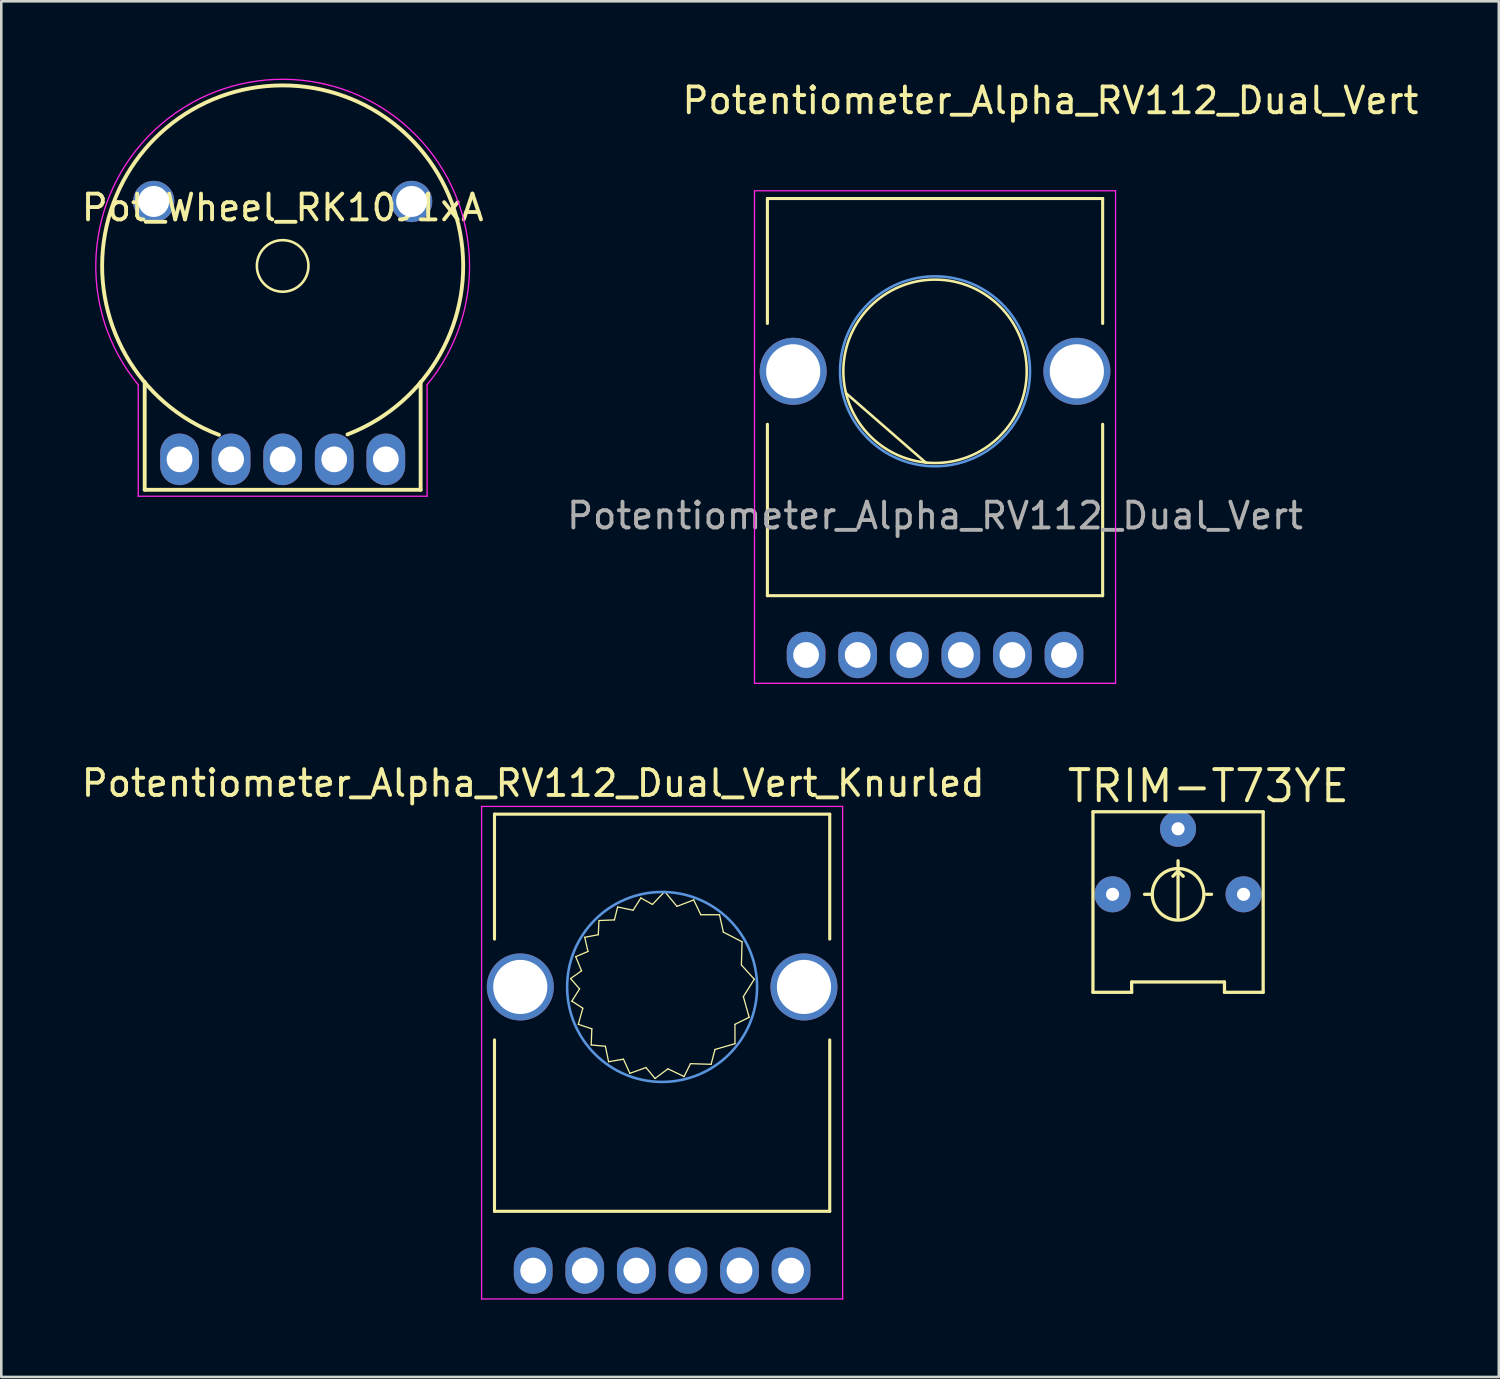
<source format=kicad_pcb>
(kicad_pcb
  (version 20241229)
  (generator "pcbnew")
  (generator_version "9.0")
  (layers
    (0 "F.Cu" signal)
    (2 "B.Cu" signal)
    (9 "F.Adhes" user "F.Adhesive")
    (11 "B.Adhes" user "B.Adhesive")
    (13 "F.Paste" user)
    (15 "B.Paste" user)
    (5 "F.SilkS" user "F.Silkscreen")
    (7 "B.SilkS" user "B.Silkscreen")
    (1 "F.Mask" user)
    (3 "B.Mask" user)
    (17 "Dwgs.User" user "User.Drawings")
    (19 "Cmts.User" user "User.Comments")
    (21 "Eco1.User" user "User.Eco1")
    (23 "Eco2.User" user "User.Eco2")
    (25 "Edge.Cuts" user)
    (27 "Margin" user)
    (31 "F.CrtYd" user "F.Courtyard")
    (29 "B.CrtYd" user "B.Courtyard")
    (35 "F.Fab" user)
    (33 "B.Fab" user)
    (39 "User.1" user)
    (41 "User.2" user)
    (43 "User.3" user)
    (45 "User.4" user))
  (footprint "Pot_Wheel_RK10J1xA"
    (layer "F.Cu")
    (at 7.911 7.262)
    (property "Reference" "Pot_Wheel_RK10J1xA" (at 0 -2.26 0) (layer "F.SilkS") (effects (font (size 1 1) (thickness 0.15))))
    (attr through_hole)
    (fp_line (start -5.35 8.68) (end -5.35 4.5) (stroke (width 0.15) (type solid)) (layer "F.SilkS"))
    (fp_line (start 5.35 4.5) (end 5.35 8.68) (stroke (width 0.15) (type solid)) (layer "F.SilkS"))
    (fp_line (start 5.35 8.68) (end -5.35 8.68) (stroke (width 0.15) (type solid)) (layer "F.SilkS"))
    (fp_arc (start -2.469999 6.549999) (mid -0.023041 -7.000204) (end 2.513063 6.533598) (stroke (width 0.15) (type solid)) (layer "F.SilkS"))
    (fp_circle (center 0 0) (end 1 0) (stroke (width 0.1) (type solid)) (fill no) (layer "F.SilkS"))
    (fp_line (start -5.6 8.93) (end -5.6 4.61) (stroke (width 0.05) (type solid)) (layer "F.CrtYd"))
    (fp_line (start 5.6 4.61) (end 5.6 8.93) (stroke (width 0.05) (type solid)) (layer "F.CrtYd"))
    (fp_line (start 5.6 8.93) (end -5.6 8.93) (stroke (width 0.05) (type solid)) (layer "F.CrtYd"))
    (fp_arc (start -5.599999 4.609999) (mid 0 -7.237067) (end 5.599999 4.609999) (stroke (width 0.05) (type solid)) (layer "F.CrtYd"))
    (pad "" thru_hole oval (at -5 -2.5) (size 1.6 1.6) (drill 1.2) (layers "*.Cu" "*.Mask"))
    (pad "" thru_hole oval (at 5 -2.5) (size 1.6 1.6) (drill 1.2) (layers "*.Cu" "*.Mask"))
    (pad "1" thru_hole oval (at -4 7.5) (size 1.5 2) (drill 1) (layers "*.Cu" "*.Mask"))
    (pad "2" thru_hole oval (at -2 7.5) (size 1.5 2) (drill 1) (layers "*.Cu" "*.Mask"))
    (pad "3" thru_hole oval (at 0 7.5) (size 1.5 2) (drill 1) (layers "*.Cu" "*.Mask"))
    (pad "4" thru_hole oval (at 2 7.5) (size 1.5 2) (drill 1) (layers "*.Cu" "*.Mask"))
    (pad "5" thru_hole oval (at 4 7.5) (size 1.5 2) (drill 1) (layers "*.Cu" "*.Mask")))
  (footprint "TRIM-T73YE"
    (layer "F.Cu")
    (at 42.632 31.629)
    (property "Reference" "TRIM-T73YE" (at -4.381 -3.493 0) (layer "F.SilkS") (effects (font (size 1.206 1.206) (thickness 0.152)) (justify left bottom)))
    (attr through_hole)
    (fp_line (start -3.3 -3.2) (end -3.3 3.8) (stroke (width 0.127) (type solid)) (layer "F.SilkS"))
    (fp_line (start -3.3 3.8) (end -1.8 3.8) (stroke (width 0.127) (type solid)) (layer "F.SilkS"))
    (fp_line (start -1.8 3.4) (end 1.8 3.4) (stroke (width 0.127) (type solid)) (layer "F.SilkS"))
    (fp_line (start -1.8 3.8) (end -1.8 3.4) (stroke (width 0.127) (type solid)) (layer "F.SilkS"))
    (fp_line (start -1 0) (end -1.3 0) (stroke (width 0.127) (type solid)) (layer "F.SilkS"))
    (fp_line (start 0 -1.1) (end 0 -1.3) (stroke (width 0.127) (type solid)) (layer "F.SilkS"))
    (fp_line (start 0 -0.9) (end -0.2 -0.7) (stroke (width 0.127) (type solid)) (layer "F.SilkS"))
    (fp_line (start 0 -0.9) (end 0.2 -0.7) (stroke (width 0.127) (type solid)) (layer "F.SilkS"))
    (fp_line (start 0 0.9) (end 0 -0.9) (stroke (width 0.127) (type solid)) (layer "F.SilkS"))
    (fp_line (start 1.1 0) (end 1.3 0) (stroke (width 0.127) (type solid)) (layer "F.SilkS"))
    (fp_line (start 1.8 3.4) (end 1.8 3.8) (stroke (width 0.127) (type solid)) (layer "F.SilkS"))
    (fp_line (start 1.8 3.8) (end 3.3 3.8) (stroke (width 0.127) (type solid)) (layer "F.SilkS"))
    (fp_line (start 3.3 -3.2) (end -3.3 -3.2) (stroke (width 0.127) (type solid)) (layer "F.SilkS"))
    (fp_line (start 3.3 3.8) (end 3.3 -3.2) (stroke (width 0.127) (type solid)) (layer "F.SilkS"))
    (fp_circle (center 0 0) (end 1 0) (stroke (width 0.127) (type solid)) (fill no) (layer "F.SilkS"))
    (pad "1" thru_hole circle (at -2.54 0) (size 1.397 1.397) (drill 0.508) (layers "*.Cu" "*.Mask"))
    (pad "2" thru_hole circle (at 0 -2.54) (size 1.397 1.397) (drill 0.508) (layers "*.Cu" "*.Mask"))
    (pad "3" thru_hole circle (at 2.54 0) (size 1.397 1.397) (drill 0.508) (layers "*.Cu" "*.Mask")))
  (footprint "Potentiometer_Alpha_RV112_Dual_Vert"
    (layer "F.Cu")
    (at 33.208 11.348)
    (property "Reference" "Potentiometer_Alpha_RV112_Dual_Vert" (at 4.475 -10.5 0) (layer "F.SilkS") (effects (font (size 1 1) (thickness 0.15))))
    (attr through_hole)
    (fp_line (start -6.5 -6.7) (end 6.5 -6.7) (stroke (width 0.12) (type solid)) (layer "F.SilkS"))
    (fp_line (start -6.5 -1.855) (end -6.5 -6.7) (stroke (width 0.12) (type solid)) (layer "F.SilkS"))
    (fp_line (start -6.5 8.7) (end -6.5 2.054) (stroke (width 0.12) (type solid)) (layer "F.SilkS"))
    (fp_line (start -6.5 8.7) (end 6.5 8.7) (stroke (width 0.12) (type solid)) (layer "F.SilkS"))
    (fp_line (start -3.45 0.85) (end -0.35 3.55) (stroke (width 0.1) (type solid)) (layer "F.SilkS"))
    (fp_line (start 6.5 -1.855) (end 6.5 -6.7) (stroke (width 0.12) (type solid)) (layer "F.SilkS"))
    (fp_line (start 6.5 8.7) (end 6.5 2.054) (stroke (width 0.12) (type solid)) (layer "F.SilkS"))
    (fp_circle (center 0 0) (end 0 3.556) (stroke (width 0.1) (type solid)) (fill no) (layer "F.SilkS"))
    (fp_circle (center 0 0) (end 0 3.683) (stroke (width 0.1) (type solid)) (fill no) (layer "Cmts.User"))
    (fp_line (start -7 -7) (end -7 12.1) (stroke (width 0.05) (type solid)) (layer "F.CrtYd"))
    (fp_line (start -7 12.1) (end 7 12.1) (stroke (width 0.05) (type solid)) (layer "F.CrtYd"))
    (fp_line (start 7 -7) (end -7 -7) (stroke (width 0.05) (type solid)) (layer "F.CrtYd"))
    (fp_line (start 7 12.1) (end 7 -7) (stroke (width 0.05) (type solid)) (layer "F.CrtYd"))
    (fp_text user "${REFERENCE}" (at 0 5.6 180) (layer "F.Fab") (effects (font (size 1 1) (thickness 0.15))))
    (pad "1" thru_hole oval (at -1 11) (size 1.5 1.8) (drill 1) (layers "*.Cu" "*.Mask"))
    (pad "2" thru_hole oval (at 1 11) (size 1.5 1.8) (drill 1) (layers "*.Cu" "*.Mask"))
    (pad "3" thru_hole oval (at 3 11) (size 1.5 1.8) (drill 1) (layers "*.Cu" "*.Mask"))
    (pad "4" thru_hole oval (at -3 11) (size 1.5 1.8) (drill 1) (layers "*.Cu" "*.Mask"))
    (pad "5" thru_hole oval (at -5 11) (size 1.5 1.8) (drill 1) (layers "*.Cu" "*.Mask"))
    (pad "6" thru_hole oval (at 5 11) (size 1.5 1.8) (drill 1) (layers "*.Cu" "*.Mask"))
    (pad "7" thru_hole circle (at -5.5 0 90) (size 2.6 2.6) (drill 2.1) (layers "*.Cu" "*.Mask"))
    (pad "8" thru_hole circle (at 5.5 0 90) (size 2.6 2.6) (drill 2.1) (layers "*.Cu" "*.Mask")))
  (footprint "Potentiometer_Alpha_RV112_Dual_Vert_Knurled"
    (layer "F.Cu")
    (at 22.625 35.221)
    (property "Reference" "Potentiometer_Alpha_RV112_Dual_Vert_Knurled" (at -5 -7.9 0) (layer "F.SilkS") (effects (font (size 1 1) (thickness 0.15))))
    (attr through_hole)
    (fp_line (start -6.5 -6.7) (end 6.5 -6.7) (stroke (width 0.12) (type solid)) (layer "F.SilkS"))
    (fp_line (start -6.5 -1.855) (end -6.5 -6.7) (stroke (width 0.12) (type solid)) (layer "F.SilkS"))
    (fp_line (start -6.5 8.7) (end -6.5 2.054) (stroke (width 0.12) (type solid)) (layer "F.SilkS"))
    (fp_line (start -6.5 8.7) (end 6.5 8.7) (stroke (width 0.12) (type solid)) (layer "F.SilkS"))
    (fp_line (start -3.55 -0.325) (end -3.2 0.075) (stroke (width 0.05) (type solid)) (layer "F.SilkS"))
    (fp_line (start -3.5 0.55) (end -3.075 0.825) (stroke (width 0.05) (type solid)) (layer "F.SilkS"))
    (fp_line (start -3.35 -1.175) (end -3.125 -0.625) (stroke (width 0.05) (type solid)) (layer "F.SilkS"))
    (fp_line (start -3.25 1.45) (end -2.725 1.625) (stroke (width 0.05) (type solid)) (layer "F.SilkS"))
    (fp_line (start -3.2 0.075) (end -3.5 0.55) (stroke (width 0.05) (type solid)) (layer "F.SilkS"))
    (fp_line (start -3.125 -0.625) (end -3.55 -0.325) (stroke (width 0.05) (type solid)) (layer "F.SilkS"))
    (fp_line (start -3.075 0.825) (end -3.25 1.45) (stroke (width 0.05) (type solid)) (layer "F.SilkS"))
    (fp_line (start -3 -1.925) (end -2.875 -1.375) (stroke (width 0.05) (type solid)) (layer "F.SilkS"))
    (fp_line (start -2.875 -1.375) (end -3.35 -1.175) (stroke (width 0.05) (type solid)) (layer "F.SilkS"))
    (fp_line (start -2.75 2.25) (end -2.2 2.3) (stroke (width 0.05) (type solid)) (layer "F.SilkS"))
    (fp_line (start -2.725 1.625) (end -2.75 2.25) (stroke (width 0.05) (type solid)) (layer "F.SilkS"))
    (fp_line (start -2.475 -2.025) (end -3 -1.925) (stroke (width 0.05) (type solid)) (layer "F.SilkS"))
    (fp_line (start -2.45 -2.55) (end -2.475 -2.025) (stroke (width 0.05) (type solid)) (layer "F.SilkS"))
    (fp_line (start -2.2 2.3) (end -2.075 2.9) (stroke (width 0.05) (type solid)) (layer "F.SilkS"))
    (fp_line (start -2.075 2.9) (end -1.5 2.8) (stroke (width 0.05) (type solid)) (layer "F.SilkS"))
    (fp_line (start -1.85 -2.6) (end -2.45 -2.575) (stroke (width 0.05) (type solid)) (layer "F.SilkS"))
    (fp_line (start -1.725 -3.1) (end -1.85 -2.6) (stroke (width 0.05) (type solid)) (layer "F.SilkS"))
    (fp_line (start -1.5 2.8) (end -1.25 3.35) (stroke (width 0.05) (type solid)) (layer "F.SilkS"))
    (fp_line (start -1.25 3.35) (end -0.625 3.125) (stroke (width 0.05) (type solid)) (layer "F.SilkS"))
    (fp_line (start -1.125 -2.975) (end -1.725 -3.1) (stroke (width 0.05) (type solid)) (layer "F.SilkS"))
    (fp_line (start -0.825 -3.45) (end -1.125 -2.975) (stroke (width 0.05) (type solid)) (layer "F.SilkS"))
    (fp_line (start -0.625 3.125) (end -0.275 3.55) (stroke (width 0.05) (type solid)) (layer "F.SilkS"))
    (fp_line (start -0.375 -3.2) (end -0.825 -3.45) (stroke (width 0.05) (type solid)) (layer "F.SilkS"))
    (fp_line (start -0.375 -3.2) (end 0.1 -3.7) (stroke (width 0.05) (type solid)) (layer "F.SilkS"))
    (fp_line (start -0.275 3.55) (end 0.225 3.175) (stroke (width 0.05) (type solid)) (layer "F.SilkS"))
    (fp_line (start 0.1 -3.7) (end 0.575 -3.125) (stroke (width 0.05) (type solid)) (layer "F.SilkS"))
    (fp_line (start 0.225 3.175) (end 0.85 3.475) (stroke (width 0.05) (type solid)) (layer "F.SilkS"))
    (fp_line (start 0.85 3.475) (end 1.1 2.975) (stroke (width 0.05) (type solid)) (layer "F.SilkS"))
    (fp_line (start 1.1 2.975) (end 1.9 3) (stroke (width 0.05) (type solid)) (layer "F.SilkS"))
    (fp_line (start 1.225 -3.375) (end 0.575 -3.125) (stroke (width 0.05) (type solid)) (layer "F.SilkS"))
    (fp_line (start 1.5 -2.8) (end 1.225 -3.375) (stroke (width 0.05) (type solid)) (layer "F.SilkS"))
    (fp_line (start 1.9 3) (end 2.05 2.425) (stroke (width 0.05) (type solid)) (layer "F.SilkS"))
    (fp_line (start 2.05 2.425) (end 2.825 2.2) (stroke (width 0.05) (type solid)) (layer "F.SilkS"))
    (fp_line (start 2.225 -2.8) (end 1.5 -2.8) (stroke (width 0.05) (type solid)) (layer "F.SilkS"))
    (fp_line (start 2.375 -2.125) (end 2.225 -2.8) (stroke (width 0.05) (type solid)) (layer "F.SilkS"))
    (fp_line (start 2.825 1.45) (end 3.375 1.175) (stroke (width 0.05) (type solid)) (layer "F.SilkS"))
    (fp_line (start 2.825 2.2) (end 2.825 1.45) (stroke (width 0.05) (type solid)) (layer "F.SilkS"))
    (fp_line (start 3.075 -0.85) (end 3.1 -1.75) (stroke (width 0.05) (type solid)) (layer "F.SilkS"))
    (fp_line (start 3.1 -1.75) (end 2.375 -2.125) (stroke (width 0.05) (type solid)) (layer "F.SilkS"))
    (fp_line (start 3.15 0.375) (end 3.575 -0.3) (stroke (width 0.05) (type solid)) (layer "F.SilkS"))
    (fp_line (start 3.375 1.175) (end 3.15 0.375) (stroke (width 0.05) (type solid)) (layer "F.SilkS"))
    (fp_line (start 3.575 -0.3) (end 3.075 -0.85) (stroke (width 0.05) (type solid)) (layer "F.SilkS"))
    (fp_line (start 6.5 -1.855) (end 6.5 -6.7) (stroke (width 0.12) (type solid)) (layer "F.SilkS"))
    (fp_line (start 6.5 8.7) (end 6.5 2.054) (stroke (width 0.12) (type solid)) (layer "F.SilkS"))
    (fp_circle (center 0 0) (end 0 3.683) (stroke (width 0.1) (type solid)) (fill no) (layer "Cmts.User"))
    (fp_line (start -7 -7) (end -7 12.1) (stroke (width 0.05) (type solid)) (layer "F.CrtYd"))
    (fp_line (start -7 12.1) (end 7 12.1) (stroke (width 0.05) (type solid)) (layer "F.CrtYd"))
    (fp_line (start 7 -7) (end -7 -7) (stroke (width 0.05) (type solid)) (layer "F.CrtYd"))
    (fp_line (start 7 12.1) (end 7 -7) (stroke (width 0.05) (type solid)) (layer "F.CrtYd"))
    (pad "1" thru_hole oval (at -1 11) (size 1.5 1.8) (drill 1) (layers "*.Cu" "*.Mask"))
    (pad "2" thru_hole oval (at 1 11) (size 1.5 1.8) (drill 1) (layers "*.Cu" "*.Mask"))
    (pad "3" thru_hole oval (at 3 11) (size 1.5 1.8) (drill 1) (layers "*.Cu" "*.Mask"))
    (pad "4" thru_hole oval (at -3 11) (size 1.5 1.8) (drill 1) (layers "*.Cu" "*.Mask"))
    (pad "5" thru_hole oval (at -5 11) (size 1.5 1.8) (drill 1) (layers "*.Cu" "*.Mask"))
    (pad "6" thru_hole oval (at 5 11) (size 1.5 1.8) (drill 1) (layers "*.Cu" "*.Mask"))
    (pad "7" thru_hole circle (at -5.5 0 90) (size 2.6 2.6) (drill 2.1) (layers "*.Cu" "*.Mask"))
    (pad "8" thru_hole circle (at 5.5 0 90) (size 2.6 2.6) (drill 2.1) (layers "*.Cu" "*.Mask")))
  (gr_rect
    (start -3 -3)
    (end 55.07 50.346)
    (stroke (width 0.1) (type default))
    (fill no)
    (layer "Edge.Cuts")))
</source>
